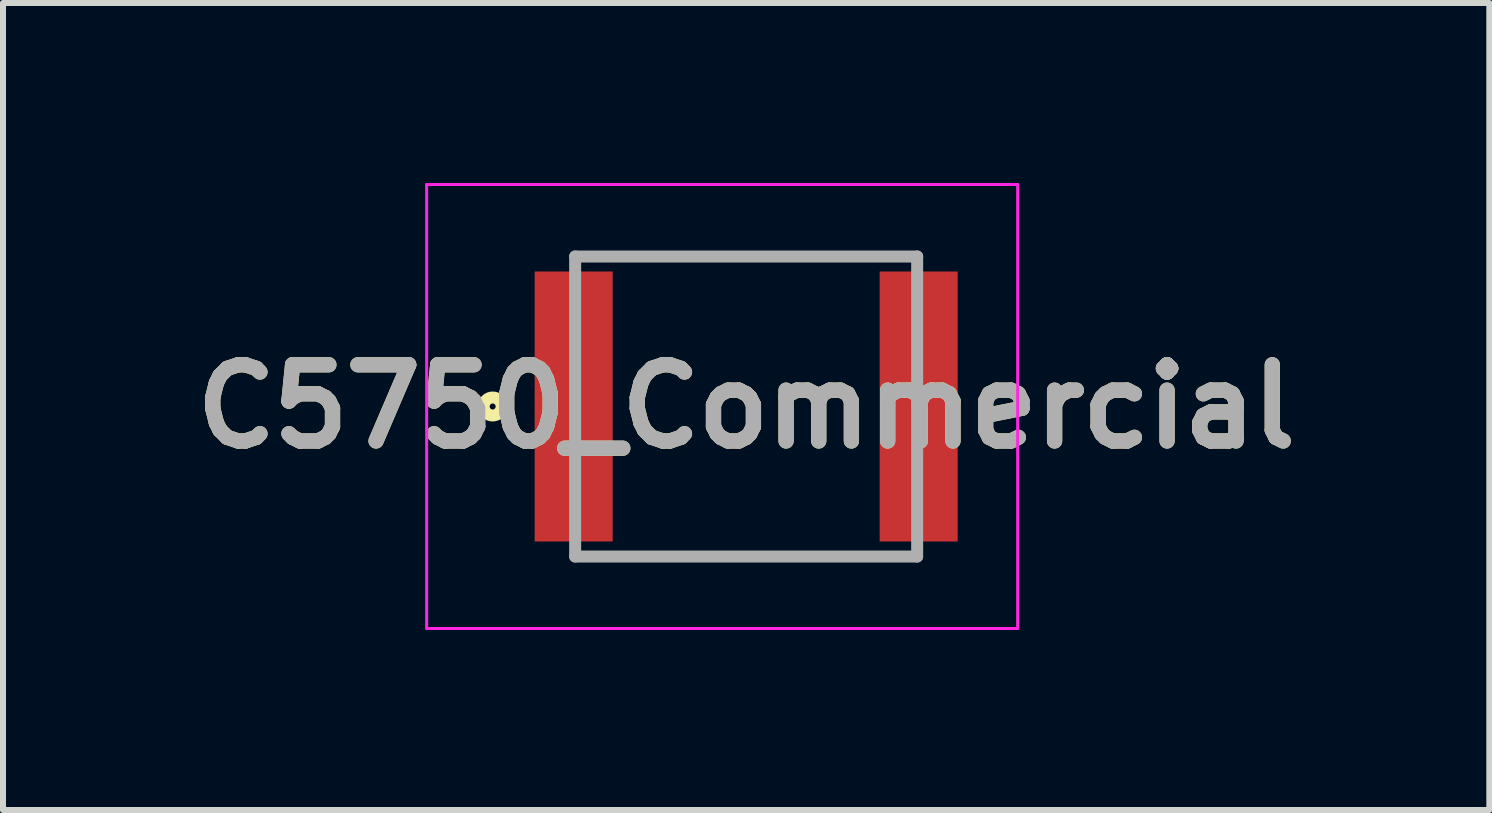
<source format=kicad_pcb>
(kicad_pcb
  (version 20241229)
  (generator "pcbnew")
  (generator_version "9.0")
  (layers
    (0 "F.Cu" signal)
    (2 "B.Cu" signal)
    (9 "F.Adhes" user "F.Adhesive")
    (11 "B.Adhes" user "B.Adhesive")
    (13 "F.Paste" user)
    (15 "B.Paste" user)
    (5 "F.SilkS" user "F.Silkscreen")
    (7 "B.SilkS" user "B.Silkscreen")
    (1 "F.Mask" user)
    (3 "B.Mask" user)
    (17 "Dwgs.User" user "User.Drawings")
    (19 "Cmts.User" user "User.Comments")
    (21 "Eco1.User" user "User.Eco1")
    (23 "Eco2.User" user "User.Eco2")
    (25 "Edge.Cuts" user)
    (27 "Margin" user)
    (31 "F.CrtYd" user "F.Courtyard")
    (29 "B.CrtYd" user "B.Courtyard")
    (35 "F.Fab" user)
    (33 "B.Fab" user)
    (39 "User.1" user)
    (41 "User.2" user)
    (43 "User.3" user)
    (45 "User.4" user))
  (footprint "C5750_Commercial"
    (layer "F.Cu")
    (at 9.386 3.725)
    (property "Reference" "C5750_Commercial" (at 0 0 0) (layer "F.SilkS") (effects (font (size 1.27 1.27) (thickness 0.254))))
    (attr smd)
    (fp_circle (center -4.225 0) (end -4.225 0.05) (stroke (width 0.2) (type solid)) (fill no) (layer "F.SilkS"))
    (fp_line (start -5.325 -3.7) (end 4.525 -3.7) (stroke (width 0.05) (type solid)) (layer "F.CrtYd"))
    (fp_line (start -5.325 3.7) (end -5.325 -3.7) (stroke (width 0.05) (type solid)) (layer "F.CrtYd"))
    (fp_line (start 4.525 -3.7) (end 4.525 3.7) (stroke (width 0.05) (type solid)) (layer "F.CrtYd"))
    (fp_line (start 4.525 3.7) (end -5.325 3.7) (stroke (width 0.05) (type solid)) (layer "F.CrtYd"))
    (fp_line (start -2.85 -2.5) (end 2.85 -2.5) (stroke (width 0.2) (type solid)) (layer "F.Fab"))
    (fp_line (start -2.85 2.5) (end -2.85 -2.5) (stroke (width 0.2) (type solid)) (layer "F.Fab"))
    (fp_line (start 2.85 -2.5) (end 2.85 2.5) (stroke (width 0.2) (type solid)) (layer "F.Fab"))
    (fp_line (start 2.85 2.5) (end -2.85 2.5) (stroke (width 0.2) (type solid)) (layer "F.Fab"))
    (fp_text user "${REFERENCE}" (at 0 0 0) (layer "F.Fab") (effects (font (size 1.27 1.27) (thickness 0.254))))
    (pad "1" smd rect (at -2.875 0) (size 1.3 4.5) (layers "F.Cu" "F.Mask" "F.Paste"))
    (pad "2" smd rect (at 2.875 0) (size 1.3 4.5) (layers "F.Cu" "F.Mask" "F.Paste")))
  (gr_rect
    (start -3 -3)
    (end 21.772 10.45)
    (stroke (width 0.1) (type default))
    (fill no)
    (layer "Edge.Cuts")))
</source>
